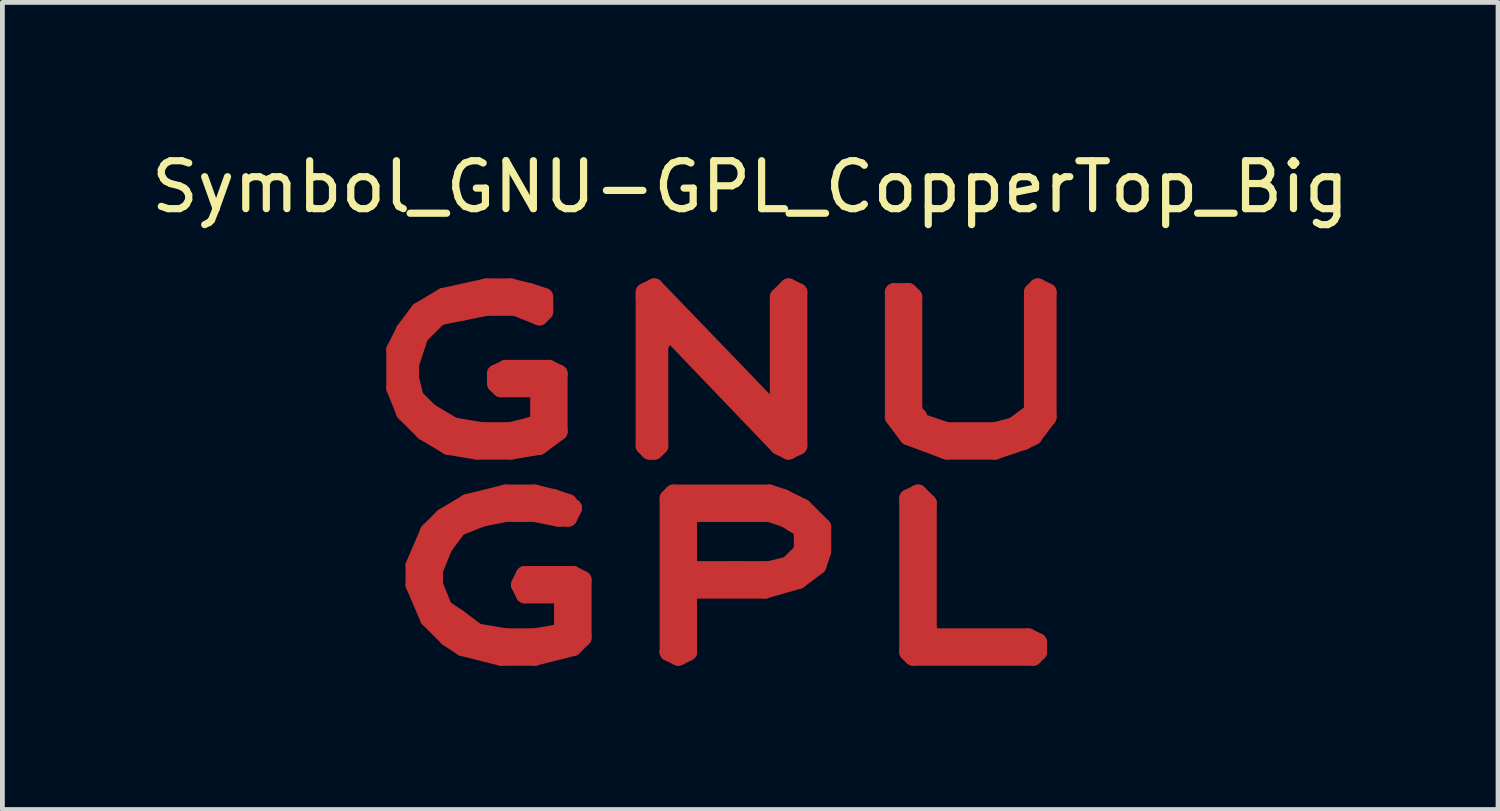
<source format=kicad_pcb>
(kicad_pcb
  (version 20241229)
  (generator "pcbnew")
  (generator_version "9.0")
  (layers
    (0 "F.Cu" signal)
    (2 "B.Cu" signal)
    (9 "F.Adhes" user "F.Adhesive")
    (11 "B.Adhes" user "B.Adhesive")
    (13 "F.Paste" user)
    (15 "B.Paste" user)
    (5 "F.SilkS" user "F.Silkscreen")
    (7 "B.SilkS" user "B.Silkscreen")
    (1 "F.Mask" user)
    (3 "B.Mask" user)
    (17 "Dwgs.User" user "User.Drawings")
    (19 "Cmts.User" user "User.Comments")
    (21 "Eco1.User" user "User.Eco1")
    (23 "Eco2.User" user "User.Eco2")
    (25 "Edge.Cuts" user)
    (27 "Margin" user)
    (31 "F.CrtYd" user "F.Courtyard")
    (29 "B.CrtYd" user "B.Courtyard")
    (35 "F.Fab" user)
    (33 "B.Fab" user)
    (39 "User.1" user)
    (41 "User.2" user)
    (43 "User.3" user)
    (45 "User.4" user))
  (footprint "Symbol_GNU-GPL_CopperTop_Big"
    (layer "F.Cu")
    (at 12.101 7.648)
    (property "Reference" "Symbol_GNU-GPL_CopperTop_Big" (at 0.5 -6.8 0) (layer "F.SilkS") (effects (font (size 1 1) (thickness 0.15))))
    (attr through_hole)
    (fp_line (start -6.901 -3.401) (end -6.901 -2.601) (stroke (width 0.381) (type solid)) (layer "F.Cu"))
    (fp_line (start -6.901 -2.601) (end -6.701 -2.101) (stroke (width 0.381) (type solid)) (layer "F.Cu"))
    (fp_line (start -6.701 -3.8) (end -6.901 -3.401) (stroke (width 0.381) (type solid)) (layer "F.Cu"))
    (fp_line (start -6.701 -3.401) (end -6.599 -2.301) (stroke (width 0.381) (type solid)) (layer "F.Cu"))
    (fp_line (start -6.701 -2.101) (end -6.299 -1.699) (stroke (width 0.381) (type solid)) (layer "F.Cu"))
    (fp_line (start -6.599 -3.099) (end -6.401 -3.701) (stroke (width 0.381) (type solid)) (layer "F.Cu"))
    (fp_line (start -6.599 -2.799) (end -6.599 -3.099) (stroke (width 0.381) (type solid)) (layer "F.Cu"))
    (fp_line (start -6.599 -2.301) (end -6.2 -1.9) (stroke (width 0.381) (type solid)) (layer "F.Cu"))
    (fp_line (start -6.5 -2.4) (end -6.599 -2.799) (stroke (width 0.381) (type solid)) (layer "F.Cu"))
    (fp_line (start -6.5 1.1) (end -6.5 1.501) (stroke (width 0.381) (type solid)) (layer "F.Cu"))
    (fp_line (start -6.5 1.501) (end -6.2 2.2) (stroke (width 0.381) (type solid)) (layer "F.Cu"))
    (fp_line (start -6.401 -4.201) (end -6.701 -3.8) (stroke (width 0.381) (type solid)) (layer "F.Cu"))
    (fp_line (start -6.401 -3.701) (end -5.999 -4.1) (stroke (width 0.381) (type solid)) (layer "F.Cu"))
    (fp_line (start -6.299 -1.699) (end -5.799 -1.4) (stroke (width 0.381) (type solid)) (layer "F.Cu"))
    (fp_line (start -6.2 -4.201) (end -6.701 -3.401) (stroke (width 0.381) (type solid)) (layer "F.Cu"))
    (fp_line (start -6.2 -2.101) (end -6.5 -2.4) (stroke (width 0.381) (type solid)) (layer "F.Cu"))
    (fp_line (start -6.2 -1.9) (end -5.199 -1.501) (stroke (width 0.381) (type solid)) (layer "F.Cu"))
    (fp_line (start -6.2 0.399) (end -6.5 1.1) (stroke (width 0.381) (type solid)) (layer "F.Cu"))
    (fp_line (start -6.2 1.001) (end -6.2 1.801) (stroke (width 0.381) (type solid)) (layer "F.Cu"))
    (fp_line (start -6.2 1.801) (end -5.7 2.4) (stroke (width 0.381) (type solid)) (layer "F.Cu"))
    (fp_line (start -6.2 2.2) (end -5.799 2.601) (stroke (width 0.381) (type solid)) (layer "F.Cu"))
    (fp_line (start -6.101 1.199) (end -5.9 0.701) (stroke (width 0.381) (type solid)) (layer "F.Cu"))
    (fp_line (start -6.101 1.501) (end -6.101 1.199) (stroke (width 0.381) (type solid)) (layer "F.Cu"))
    (fp_line (start -5.999 -4.1) (end -5.499 -4.201) (stroke (width 0.381) (type solid)) (layer "F.Cu"))
    (fp_line (start -5.9 -4.501) (end -6.401 -4.201) (stroke (width 0.381) (type solid)) (layer "F.Cu"))
    (fp_line (start -5.9 0.099) (end -6.2 0.399) (stroke (width 0.381) (type solid)) (layer "F.Cu"))
    (fp_line (start -5.9 0.701) (end -5.601 0.3) (stroke (width 0.381) (type solid)) (layer "F.Cu"))
    (fp_line (start -5.9 1.999) (end -6.101 1.501) (stroke (width 0.381) (type solid)) (layer "F.Cu"))
    (fp_line (start -5.799 -1.4) (end -5.199 -1.3) (stroke (width 0.381) (type solid)) (layer "F.Cu"))
    (fp_line (start -5.799 2.601) (end -5.499 2.799) (stroke (width 0.381) (type solid)) (layer "F.Cu"))
    (fp_line (start -5.7 -1.801) (end -6.2 -2.101) (stroke (width 0.381) (type solid)) (layer "F.Cu"))
    (fp_line (start -5.7 0.201) (end -6.2 1.001) (stroke (width 0.381) (type solid)) (layer "F.Cu"))
    (fp_line (start -5.7 2.4) (end -4.699 2.901) (stroke (width 0.381) (type solid)) (layer "F.Cu"))
    (fp_line (start -5.601 0.3) (end -5.1 0.099) (stroke (width 0.381) (type solid)) (layer "F.Cu"))
    (fp_line (start -5.601 2.2) (end -5.9 1.999) (stroke (width 0.381) (type solid)) (layer "F.Cu"))
    (fp_line (start -5.499 -4.201) (end -5.001 -4.3) (stroke (width 0.381) (type solid)) (layer "F.Cu"))
    (fp_line (start -5.499 2.799) (end -4.699 3) (stroke (width 0.381) (type solid)) (layer "F.Cu"))
    (fp_line (start -5.4 -0.201) (end -5.9 0.099) (stroke (width 0.381) (type solid)) (layer "F.Cu"))
    (fp_line (start -5.301 -4.501) (end -6.2 -4.201) (stroke (width 0.381) (type solid)) (layer "F.Cu"))
    (fp_line (start -5.199 -1.501) (end -4.201 -1.6) (stroke (width 0.381) (type solid)) (layer "F.Cu"))
    (fp_line (start -5.199 -1.3) (end -4.501 -1.3) (stroke (width 0.381) (type solid)) (layer "F.Cu"))
    (fp_line (start -5.199 2.499) (end -5.601 2.2) (stroke (width 0.381) (type solid)) (layer "F.Cu"))
    (fp_line (start -5.1 -1.699) (end -5.7 -1.801) (stroke (width 0.381) (type solid)) (layer "F.Cu"))
    (fp_line (start -5.1 0.099) (end -4.6 0) (stroke (width 0.381) (type solid)) (layer "F.Cu"))
    (fp_line (start -5.001 -4.699) (end -5.9 -4.501) (stroke (width 0.381) (type solid)) (layer "F.Cu"))
    (fp_line (start -5.001 -4.3) (end -4.399 -4.3) (stroke (width 0.381) (type solid)) (layer "F.Cu"))
    (fp_line (start -4.801 -2.901) (end -4.801 -2.7) (stroke (width 0.381) (type solid)) (layer "F.Cu"))
    (fp_line (start -4.801 -2.7) (end -4.699 -2.601) (stroke (width 0.381) (type solid)) (layer "F.Cu"))
    (fp_line (start -4.699 -2.601) (end -4 -2.601) (stroke (width 0.381) (type solid)) (layer "F.Cu"))
    (fp_line (start -4.699 -0.099) (end -5.7 0.201) (stroke (width 0.381) (type solid)) (layer "F.Cu"))
    (fp_line (start -4.699 2.901) (end -3.2 2.601) (stroke (width 0.381) (type solid)) (layer "F.Cu"))
    (fp_line (start -4.699 3) (end -4 3) (stroke (width 0.381) (type solid)) (layer "F.Cu"))
    (fp_line (start -4.6 -3) (end -4.801 -2.901) (stroke (width 0.381) (type solid)) (layer "F.Cu"))
    (fp_line (start -4.6 -0.399) (end -5.4 -0.201) (stroke (width 0.381) (type solid)) (layer "F.Cu"))
    (fp_line (start -4.6 0) (end -4 0) (stroke (width 0.381) (type solid)) (layer "F.Cu"))
    (fp_line (start -4.6 2.601) (end -5.199 2.499) (stroke (width 0.381) (type solid)) (layer "F.Cu"))
    (fp_line (start -4.501 -4.699) (end -5.001 -4.699) (stroke (width 0.381) (type solid)) (layer "F.Cu"))
    (fp_line (start -4.501 -1.699) (end -5.1 -1.699) (stroke (width 0.381) (type solid)) (layer "F.Cu"))
    (fp_line (start -4.501 -1.3) (end -3.899 -1.4) (stroke (width 0.381) (type solid)) (layer "F.Cu"))
    (fp_line (start -4.399 -4.3) (end -3.899 -4.1) (stroke (width 0.381) (type solid)) (layer "F.Cu"))
    (fp_line (start -4.3 1.501) (end -4.201 1.699) (stroke (width 0.381) (type solid)) (layer "F.Cu"))
    (fp_line (start -4.201 -4.501) (end -5.301 -4.501) (stroke (width 0.381) (type solid)) (layer "F.Cu"))
    (fp_line (start -4.201 -1.699) (end -4.1 -1.801) (stroke (width 0.381) (type solid)) (layer "F.Cu"))
    (fp_line (start -4.201 -1.6) (end -3.701 -1.801) (stroke (width 0.381) (type solid)) (layer "F.Cu"))
    (fp_line (start -4.201 1.3) (end -4.3 1.501) (stroke (width 0.381) (type solid)) (layer "F.Cu"))
    (fp_line (start -4.201 1.699) (end -3.401 1.699) (stroke (width 0.381) (type solid)) (layer "F.Cu"))
    (fp_line (start -4.1 -4.6) (end -4.501 -4.699) (stroke (width 0.381) (type solid)) (layer "F.Cu"))
    (fp_line (start -4.1 -1.801) (end -4.501 -1.699) (stroke (width 0.381) (type solid)) (layer "F.Cu"))
    (fp_line (start -4 -2.601) (end -3.899 -2.499) (stroke (width 0.381) (type solid)) (layer "F.Cu"))
    (fp_line (start -4 -0.399) (end -4.6 -0.399) (stroke (width 0.381) (type solid)) (layer "F.Cu"))
    (fp_line (start -4 0) (end -3.5 0.099) (stroke (width 0.381) (type solid)) (layer "F.Cu"))
    (fp_line (start -4 2.601) (end -4.6 2.601) (stroke (width 0.381) (type solid)) (layer "F.Cu"))
    (fp_line (start -4 3) (end -3.2 2.799) (stroke (width 0.381) (type solid)) (layer "F.Cu"))
    (fp_line (start -3.899 -4.1) (end -3.8 -4.201) (stroke (width 0.381) (type solid)) (layer "F.Cu"))
    (fp_line (start -3.899 -2.499) (end -3.899 -1.9) (stroke (width 0.381) (type solid)) (layer "F.Cu"))
    (fp_line (start -3.899 -1.9) (end -4.201 -1.699) (stroke (width 0.381) (type solid)) (layer "F.Cu"))
    (fp_line (start -3.899 -1.4) (end -3.5 -1.699) (stroke (width 0.381) (type solid)) (layer "F.Cu"))
    (fp_line (start -3.8 -4.501) (end -4.1 -4.6) (stroke (width 0.381) (type solid)) (layer "F.Cu"))
    (fp_line (start -3.8 -4.3) (end -4.201 -4.501) (stroke (width 0.381) (type solid)) (layer "F.Cu"))
    (fp_line (start -3.8 -4.201) (end -3.8 -4.501) (stroke (width 0.381) (type solid)) (layer "F.Cu"))
    (fp_line (start -3.701 -3) (end -4.6 -3) (stroke (width 0.381) (type solid)) (layer "F.Cu"))
    (fp_line (start -3.701 -2.7) (end -4.6 -2.7) (stroke (width 0.381) (type solid)) (layer "F.Cu"))
    (fp_line (start -3.701 -1.801) (end -3.701 -2.7) (stroke (width 0.381) (type solid)) (layer "F.Cu"))
    (fp_line (start -3.599 -0.3) (end -4 -0.399) (stroke (width 0.381) (type solid)) (layer "F.Cu"))
    (fp_line (start -3.5 -2.901) (end -3.701 -3) (stroke (width 0.381) (type solid)) (layer "F.Cu"))
    (fp_line (start -3.5 -1.699) (end -3.5 -2.901) (stroke (width 0.381) (type solid)) (layer "F.Cu"))
    (fp_line (start -3.5 0.099) (end -3.299 0.099) (stroke (width 0.381) (type solid)) (layer "F.Cu"))
    (fp_line (start -3.401 1.699) (end -3.401 2.499) (stroke (width 0.381) (type solid)) (layer "F.Cu"))
    (fp_line (start -3.401 2.499) (end -4 2.601) (stroke (width 0.381) (type solid)) (layer "F.Cu"))
    (fp_line (start -3.299 -0.201) (end -3.599 -0.3) (stroke (width 0.381) (type solid)) (layer "F.Cu"))
    (fp_line (start -3.299 -0.099) (end -3.299 -0.201) (stroke (width 0.381) (type solid)) (layer "F.Cu"))
    (fp_line (start -3.299 0.099) (end -3.2 -0.099) (stroke (width 0.381) (type solid)) (layer "F.Cu"))
    (fp_line (start -3.299 1.6) (end -4.201 1.501) (stroke (width 0.381) (type solid)) (layer "F.Cu"))
    (fp_line (start -3.2 -0.099) (end -4.699 -0.099) (stroke (width 0.381) (type solid)) (layer "F.Cu"))
    (fp_line (start -3.2 1.3) (end -4.201 1.3) (stroke (width 0.381) (type solid)) (layer "F.Cu"))
    (fp_line (start -3.2 2.601) (end -3.299 1.6) (stroke (width 0.381) (type solid)) (layer "F.Cu"))
    (fp_line (start -3.2 2.799) (end -3 2.601) (stroke (width 0.381) (type solid)) (layer "F.Cu"))
    (fp_line (start -3 1.4) (end -3.2 1.3) (stroke (width 0.381) (type solid)) (layer "F.Cu"))
    (fp_line (start -3 2.601) (end -3 1.4) (stroke (width 0.381) (type solid)) (layer "F.Cu"))
    (fp_line (start -1.699 -4.6) (end -1.501 -4.699) (stroke (width 0.381) (type solid)) (layer "F.Cu"))
    (fp_line (start -1.699 -4.501) (end -1.699 -4.6) (stroke (width 0.381) (type solid)) (layer "F.Cu"))
    (fp_line (start -1.699 -1.4) (end -1.699 -4.501) (stroke (width 0.381) (type solid)) (layer "F.Cu"))
    (fp_line (start -1.6 -1.4) (end -1.6 -1.3) (stroke (width 0.381) (type solid)) (layer "F.Cu"))
    (fp_line (start -1.6 -1.3) (end -1.699 -1.4) (stroke (width 0.381) (type solid)) (layer "F.Cu"))
    (fp_line (start -1.501 -4.699) (end 1.001 -2.101) (stroke (width 0.381) (type solid)) (layer "F.Cu"))
    (fp_line (start -1.501 -4.3) (end 1.3 -1.6) (stroke (width 0.381) (type solid)) (layer "F.Cu"))
    (fp_line (start -1.501 -1.3) (end -1.501 -4.3) (stroke (width 0.381) (type solid)) (layer "F.Cu"))
    (fp_line (start -1.4 -3.5) (end -1.4 -1.4) (stroke (width 0.381) (type solid)) (layer "F.Cu"))
    (fp_line (start -1.4 -1.4) (end -1.501 -1.3) (stroke (width 0.381) (type solid)) (layer "F.Cu"))
    (fp_line (start -1.199 -3.8) (end -1.4 -3.5) (stroke (width 0.381) (type solid)) (layer "F.Cu"))
    (fp_line (start -1.199 -0.3) (end -1.1 -0.399) (stroke (width 0.381) (type solid)) (layer "F.Cu"))
    (fp_line (start -1.199 2.901) (end -1.199 -0.3) (stroke (width 0.381) (type solid)) (layer "F.Cu"))
    (fp_line (start -1.199 2.901) (end -1.001 2.7) (stroke (width 0.381) (type solid)) (layer "F.Cu"))
    (fp_line (start -1.1 -0.399) (end 0.899 -0.399) (stroke (width 0.381) (type solid)) (layer "F.Cu"))
    (fp_line (start -1.001 -0.099) (end 0.899 -0.099) (stroke (width 0.381) (type solid)) (layer "F.Cu"))
    (fp_line (start -1.001 2.7) (end -1.001 -0.099) (stroke (width 0.381) (type solid)) (layer "F.Cu"))
    (fp_line (start -1.001 3) (end -1.199 2.901) (stroke (width 0.381) (type solid)) (layer "F.Cu"))
    (fp_line (start -0.899 1.199) (end -0.8 1.199) (stroke (width 0.381) (type solid)) (layer "F.Cu"))
    (fp_line (start -0.899 1.3) (end 0.899 1.4) (stroke (width 0.381) (type solid)) (layer "F.Cu"))
    (fp_line (start -0.899 1.699) (end -0.8 1.699) (stroke (width 0.381) (type solid)) (layer "F.Cu"))
    (fp_line (start -0.8 0) (end 0.899 0) (stroke (width 0.381) (type solid)) (layer "F.Cu"))
    (fp_line (start -0.8 1.199) (end -0.8 0) (stroke (width 0.381) (type solid)) (layer "F.Cu"))
    (fp_line (start -0.8 1.699) (end -0.8 2.901) (stroke (width 0.381) (type solid)) (layer "F.Cu"))
    (fp_line (start -0.8 2.901) (end -1.001 3) (stroke (width 0.381) (type solid)) (layer "F.Cu"))
    (fp_line (start -0.701 1.6) (end -0.899 1.699) (stroke (width 0.381) (type solid)) (layer "F.Cu"))
    (fp_line (start 0.201 1.199) (end -0.701 1.199) (stroke (width 0.381) (type solid)) (layer "F.Cu"))
    (fp_line (start 0.8 1.6) (end -0.701 1.6) (stroke (width 0.381) (type solid)) (layer "F.Cu"))
    (fp_line (start 0.899 -0.399) (end 1.199 -0.3) (stroke (width 0.381) (type solid)) (layer "F.Cu"))
    (fp_line (start 0.899 -0.099) (end 1.699 0.399) (stroke (width 0.381) (type solid)) (layer "F.Cu"))
    (fp_line (start 0.899 0) (end 1.501 0.201) (stroke (width 0.381) (type solid)) (layer "F.Cu"))
    (fp_line (start 0.899 1.199) (end 0.201 1.199) (stroke (width 0.381) (type solid)) (layer "F.Cu"))
    (fp_line (start 0.899 1.4) (end -0.899 1.199) (stroke (width 0.381) (type solid)) (layer "F.Cu"))
    (fp_line (start 1.001 -2.101) (end 1.1 -2.4) (stroke (width 0.381) (type solid)) (layer "F.Cu"))
    (fp_line (start 1.1 -4.501) (end 1.3 -4.699) (stroke (width 0.381) (type solid)) (layer "F.Cu"))
    (fp_line (start 1.1 -2.4) (end 1.1 -4.501) (stroke (width 0.381) (type solid)) (layer "F.Cu"))
    (fp_line (start 1.1 -1.4) (end -1.199 -3.8) (stroke (width 0.381) (type solid)) (layer "F.Cu"))
    (fp_line (start 1.1 1.199) (end -0.899 1.3) (stroke (width 0.381) (type solid)) (layer "F.Cu"))
    (fp_line (start 1.199 -0.3) (end 1.6 -0.099) (stroke (width 0.381) (type solid)) (layer "F.Cu"))
    (fp_line (start 1.3 -4.699) (end 1.501 -4.6) (stroke (width 0.381) (type solid)) (layer "F.Cu"))
    (fp_line (start 1.3 -1.6) (end 1.3 -4.399) (stroke (width 0.381) (type solid)) (layer "F.Cu"))
    (fp_line (start 1.3 -1.3) (end 1.1 -1.4) (stroke (width 0.381) (type solid)) (layer "F.Cu"))
    (fp_line (start 1.3 1.1) (end 0.899 1.199) (stroke (width 0.381) (type solid)) (layer "F.Cu"))
    (fp_line (start 1.501 -4.6) (end 1.501 -1.4) (stroke (width 0.381) (type solid)) (layer "F.Cu"))
    (fp_line (start 1.501 -1.4) (end 1.3 -1.3) (stroke (width 0.381) (type solid)) (layer "F.Cu"))
    (fp_line (start 1.501 0.201) (end 1.6 0.399) (stroke (width 0.381) (type solid)) (layer "F.Cu"))
    (fp_line (start 1.501 1.4) (end 0.8 1.6) (stroke (width 0.381) (type solid)) (layer "F.Cu"))
    (fp_line (start 1.6 -0.099) (end 1.999 0.3) (stroke (width 0.381) (type solid)) (layer "F.Cu"))
    (fp_line (start 1.6 0.399) (end 1.6 0.8) (stroke (width 0.381) (type solid)) (layer "F.Cu"))
    (fp_line (start 1.6 0.8) (end 1.3 1.1) (stroke (width 0.381) (type solid)) (layer "F.Cu"))
    (fp_line (start 1.699 0.399) (end 1.699 0.899) (stroke (width 0.381) (type solid)) (layer "F.Cu"))
    (fp_line (start 1.699 0.899) (end 1.1 1.199) (stroke (width 0.381) (type solid)) (layer "F.Cu"))
    (fp_line (start 1.9 1.1) (end 1.501 1.4) (stroke (width 0.381) (type solid)) (layer "F.Cu"))
    (fp_line (start 1.999 0.3) (end 1.999 0.8) (stroke (width 0.381) (type solid)) (layer "F.Cu"))
    (fp_line (start 1.999 0.8) (end 1.9 1.1) (stroke (width 0.381) (type solid)) (layer "F.Cu"))
    (fp_line (start 3.5 -4.6) (end 3.5 -1.999) (stroke (width 0.381) (type solid)) (layer "F.Cu"))
    (fp_line (start 3.5 -1.999) (end 3.8 -1.6) (stroke (width 0.381) (type solid)) (layer "F.Cu"))
    (fp_line (start 3.701 -4.501) (end 3.701 -1.9) (stroke (width 0.381) (type solid)) (layer "F.Cu"))
    (fp_line (start 3.701 -1.9) (end 4.6 -1.501) (stroke (width 0.381) (type solid)) (layer "F.Cu"))
    (fp_line (start 3.8 -4.6) (end 3.5 -4.6) (stroke (width 0.381) (type solid)) (layer "F.Cu"))
    (fp_line (start 3.8 -2.2) (end 3.899 -2.2) (stroke (width 0.381) (type solid)) (layer "F.Cu"))
    (fp_line (start 3.8 -1.6) (end 4.6 -1.3) (stroke (width 0.381) (type solid)) (layer "F.Cu"))
    (fp_line (start 3.8 -0.3) (end 3.8 2.901) (stroke (width 0.381) (type solid)) (layer "F.Cu"))
    (fp_line (start 3.8 2.901) (end 3.899 3) (stroke (width 0.381) (type solid)) (layer "F.Cu"))
    (fp_line (start 3.899 -4.501) (end 3.8 -4.6) (stroke (width 0.381) (type solid)) (layer "F.Cu"))
    (fp_line (start 3.899 -2.2) (end 3.899 -4.501) (stroke (width 0.381) (type solid)) (layer "F.Cu"))
    (fp_line (start 3.899 3) (end 6.401 3) (stroke (width 0.381) (type solid)) (layer "F.Cu"))
    (fp_line (start 4 -1.999) (end 3.8 -2.2) (stroke (width 0.381) (type solid)) (layer "F.Cu"))
    (fp_line (start 4 -1.9) (end 4 -1.999) (stroke (width 0.381) (type solid)) (layer "F.Cu"))
    (fp_line (start 4 -0.399) (end 3.8 -0.3) (stroke (width 0.381) (type solid)) (layer "F.Cu"))
    (fp_line (start 4 -0.201) (end 4 2.7) (stroke (width 0.381) (type solid)) (layer "F.Cu"))
    (fp_line (start 4 2.7) (end 6.401 2.799) (stroke (width 0.381) (type solid)) (layer "F.Cu"))
    (fp_line (start 4.1 2.601) (end 4.201 2.4) (stroke (width 0.381) (type solid)) (layer "F.Cu"))
    (fp_line (start 4.201 -0.201) (end 4 -0.399) (stroke (width 0.381) (type solid)) (layer "F.Cu"))
    (fp_line (start 4.201 2.4) (end 4.201 -0.201) (stroke (width 0.381) (type solid)) (layer "F.Cu"))
    (fp_line (start 4.6 -1.699) (end 4 -1.9) (stroke (width 0.381) (type solid)) (layer "F.Cu"))
    (fp_line (start 4.6 -1.501) (end 5.601 -1.501) (stroke (width 0.381) (type solid)) (layer "F.Cu"))
    (fp_line (start 4.6 -1.3) (end 5.601 -1.3) (stroke (width 0.381) (type solid)) (layer "F.Cu"))
    (fp_line (start 5.601 -1.699) (end 4.6 -1.699) (stroke (width 0.381) (type solid)) (layer "F.Cu"))
    (fp_line (start 5.601 -1.501) (end 6.299 -1.801) (stroke (width 0.381) (type solid)) (layer "F.Cu"))
    (fp_line (start 5.601 -1.3) (end 6.2 -1.501) (stroke (width 0.381) (type solid)) (layer "F.Cu"))
    (fp_line (start 5.999 -1.801) (end 5.601 -1.699) (stroke (width 0.381) (type solid)) (layer "F.Cu"))
    (fp_line (start 6.2 -1.501) (end 6.401 -1.6) (stroke (width 0.381) (type solid)) (layer "F.Cu"))
    (fp_line (start 6.299 -1.801) (end 6.5 -2.301) (stroke (width 0.381) (type solid)) (layer "F.Cu"))
    (fp_line (start 6.299 2.601) (end 4.1 2.601) (stroke (width 0.381) (type solid)) (layer "F.Cu"))
    (fp_line (start 6.401 -4.6) (end 6.401 -2.101) (stroke (width 0.381) (type solid)) (layer "F.Cu"))
    (fp_line (start 6.401 -2.101) (end 5.999 -1.801) (stroke (width 0.381) (type solid)) (layer "F.Cu"))
    (fp_line (start 6.401 -1.6) (end 6.701 -1.999) (stroke (width 0.381) (type solid)) (layer "F.Cu"))
    (fp_line (start 6.401 3) (end 6.5 2.901) (stroke (width 0.381) (type solid)) (layer "F.Cu"))
    (fp_line (start 6.5 -4.699) (end 6.401 -4.6) (stroke (width 0.381) (type solid)) (layer "F.Cu"))
    (fp_line (start 6.5 -2.301) (end 6.5 -4.6) (stroke (width 0.381) (type solid)) (layer "F.Cu"))
    (fp_line (start 6.5 2.7) (end 6.299 2.601) (stroke (width 0.381) (type solid)) (layer "F.Cu"))
    (fp_line (start 6.5 2.901) (end 6.5 2.7) (stroke (width 0.381) (type solid)) (layer "F.Cu"))
    (fp_line (start 6.701 -4.6) (end 6.5 -4.699) (stroke (width 0.381) (type solid)) (layer "F.Cu"))
    (fp_line (start 6.701 -1.999) (end 6.701 -4.6) (stroke (width 0.381) (type solid)) (layer "F.Cu")))
  (gr_rect
    (start -3 -3)
    (end 28.202 13.838)
    (stroke (width 0.1) (type default))
    (fill no)
    (layer "Edge.Cuts")))
</source>
